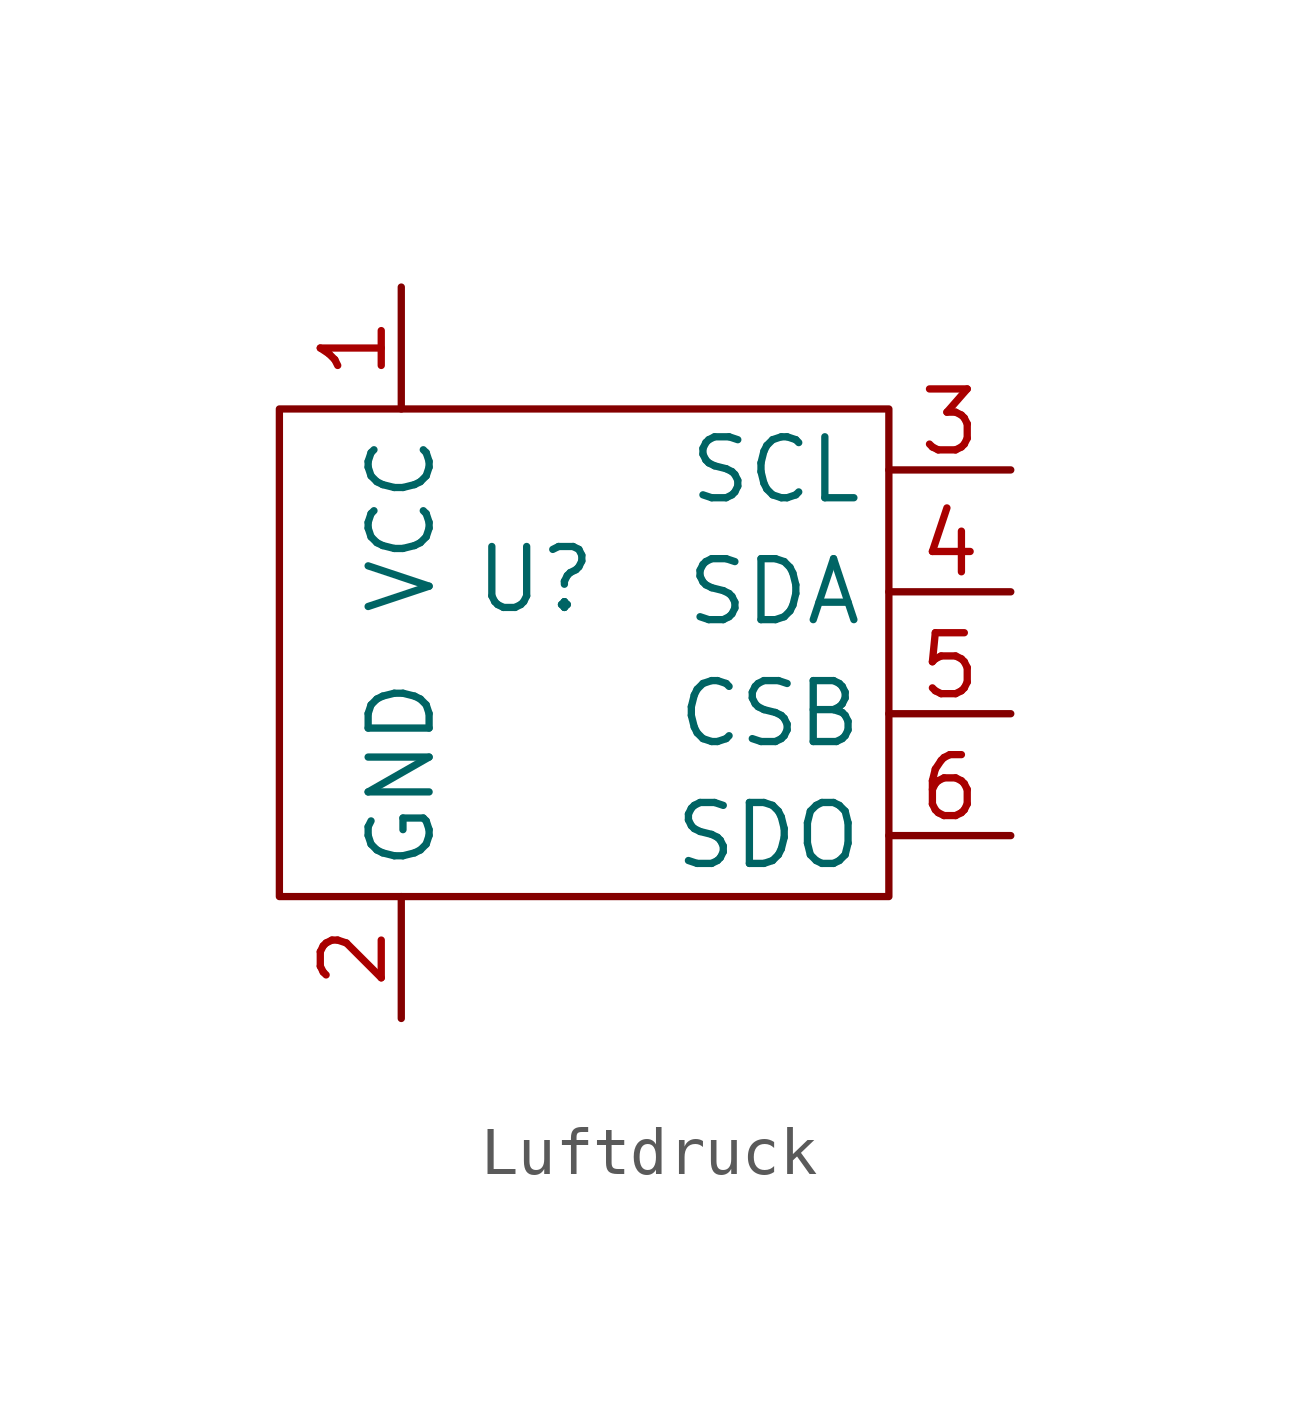
<source format=kicad_sym>
(kicad_symbol_lib
  (version 20241209)
  (generator "kicad_symbol_editor")
  (generator_version "9.0")
  (symbol "Luftdruck"
    (property "Reference" "U"
      (at 5.334 -3.556 0)
      (effects (font (size 1.27 1.27))))
    (property "Value" ""
      (at 0 0 0)
      (effects (font (size 1.27 1.27))))
    (symbol "Luftdruck_0_1"
      (rectangle (start 0 0) (end 12.7 -10.16) (stroke (width 0) (type default)) (fill (type none))))
    (symbol "Luftdruck_1_1"
      (pin power_in line (at 2.54 2.54 270) (length 2.54) (name "VCC" (effects (font (size 1.27 1.27)))) (number "1" (effects (font (size 1.27 1.27)))))
      (pin power_in line (at 2.54 -12.7 90) (length 2.54) (name "GND" (effects (font (size 1.27 1.27)))) (number "2" (effects (font (size 1.27 1.27)))))
      (pin bidirectional line (at 15.24 -1.27 180) (length 2.54) (name "SCL" (effects (font (size 1.27 1.27)))) (number "3" (effects (font (size 1.27 1.27)))))
      (pin bidirectional line (at 15.24 -3.81 180) (length 2.54) (name "SDA" (effects (font (size 1.27 1.27)))) (number "4" (effects (font (size 1.27 1.27)))))
      (pin input line (at 15.24 -6.35 180) (length 2.54) (name "CSB" (effects (font (size 1.27 1.27)))) (number "5" (effects (font (size 1.27 1.27)))))
      (pin bidirectional line (at 15.24 -8.89 180) (length 2.54) (name "SDO" (effects (font (size 1.27 1.27)))) (number "6" (effects (font (size 1.27 1.27))))))))
</source>
